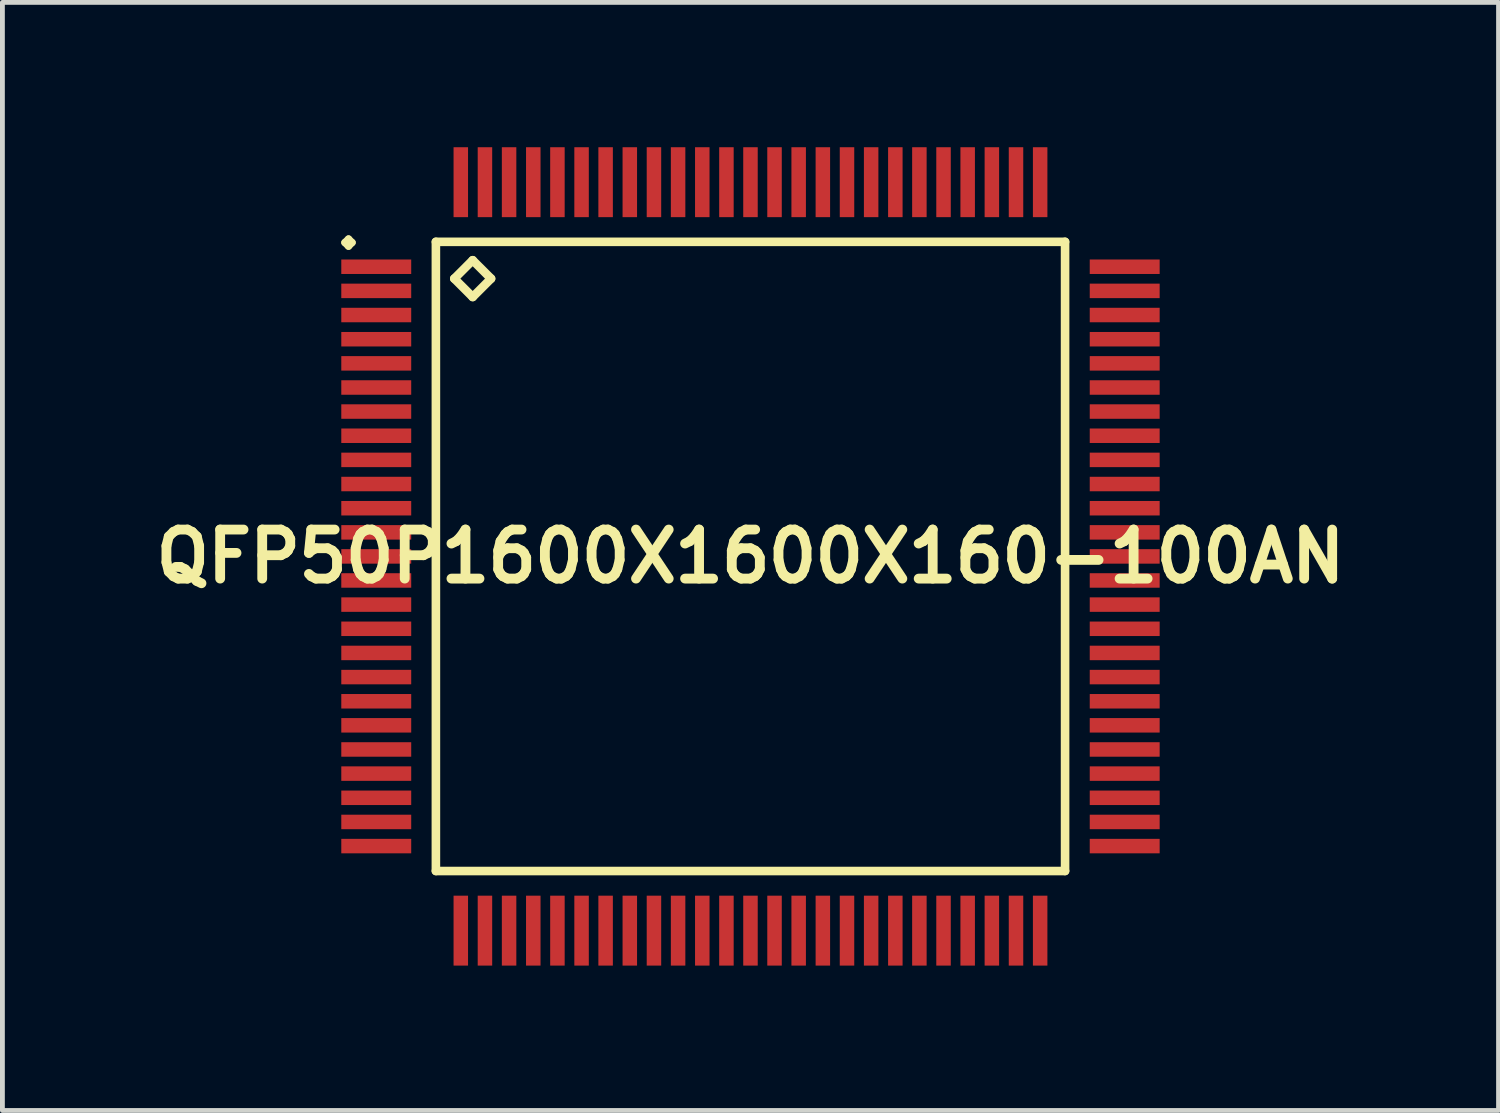
<source format=kicad_pcb>
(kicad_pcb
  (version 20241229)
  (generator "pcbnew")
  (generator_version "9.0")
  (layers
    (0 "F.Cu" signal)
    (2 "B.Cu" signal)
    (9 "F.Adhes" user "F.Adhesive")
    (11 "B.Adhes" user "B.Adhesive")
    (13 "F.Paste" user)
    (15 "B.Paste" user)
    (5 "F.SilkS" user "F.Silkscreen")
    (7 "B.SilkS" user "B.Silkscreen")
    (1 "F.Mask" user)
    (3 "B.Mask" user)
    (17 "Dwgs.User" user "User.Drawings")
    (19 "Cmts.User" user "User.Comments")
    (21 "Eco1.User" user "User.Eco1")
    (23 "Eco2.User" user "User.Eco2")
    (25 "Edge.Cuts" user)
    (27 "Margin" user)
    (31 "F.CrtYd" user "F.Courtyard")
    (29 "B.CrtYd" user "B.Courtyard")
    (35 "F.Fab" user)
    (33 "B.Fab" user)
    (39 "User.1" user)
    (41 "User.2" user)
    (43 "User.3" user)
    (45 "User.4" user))
  (footprint "QFP50P1600X1600X160-100AN"
    (layer "F.Cu")
    (at 12.492 8.473)
    (property "Reference" "QFP50P1600X1600X160-100AN" (at 0 0 0) (layer "F.SilkS") (effects (font (size 1.016 1.016) (thickness 0.203))))
    (attr smd)
    (fp_line (start -8.4 -6.5) (end -8.324 -6.574) (stroke (width 0.15) (type solid)) (layer "F.SilkS"))
    (fp_line (start -8.324 -6.574) (end -8.25 -6.5) (stroke (width 0.15) (type solid)) (layer "F.SilkS"))
    (fp_line (start -8.324 -6.424) (end -8.4 -6.5) (stroke (width 0.15) (type solid)) (layer "F.SilkS"))
    (fp_line (start -8.25 -6.5) (end -8.324 -6.424) (stroke (width 0.15) (type solid)) (layer "F.SilkS"))
    (fp_line (start -6.515 -6.515) (end -6.515 6.515) (stroke (width 0.178) (type solid)) (layer "F.SilkS"))
    (fp_line (start -6.515 6.515) (end 6.515 6.515) (stroke (width 0.178) (type solid)) (layer "F.SilkS"))
    (fp_line (start -6.134 -5.753) (end -5.753 -6.134) (stroke (width 0.178) (type solid)) (layer "F.SilkS"))
    (fp_line (start -5.753 -6.134) (end -5.372 -5.753) (stroke (width 0.178) (type solid)) (layer "F.SilkS"))
    (fp_line (start -5.753 -5.372) (end -6.134 -5.753) (stroke (width 0.178) (type solid)) (layer "F.SilkS"))
    (fp_line (start -5.372 -5.753) (end -5.753 -5.372) (stroke (width 0.178) (type solid)) (layer "F.SilkS"))
    (fp_line (start 6.515 -6.515) (end -6.515 -6.515) (stroke (width 0.178) (type solid)) (layer "F.SilkS"))
    (fp_line (start 6.515 6.515) (end 6.515 -6.515) (stroke (width 0.178) (type solid)) (layer "F.SilkS"))
    (pad "1" smd rect (at -7.75 -5.999) (size 1.448 0.3) (layers "F.Cu" "F.Mask" "F.Paste"))
    (pad "2" smd rect (at -7.75 -5.499) (size 1.448 0.3) (layers "F.Cu" "F.Mask" "F.Paste"))
    (pad "3" smd rect (at -7.75 -4.999) (size 1.448 0.3) (layers "F.Cu" "F.Mask" "F.Paste"))
    (pad "4" smd rect (at -7.75 -4.498) (size 1.448 0.3) (layers "F.Cu" "F.Mask" "F.Paste"))
    (pad "5" smd rect (at -7.75 -3.998) (size 1.448 0.3) (layers "F.Cu" "F.Mask" "F.Paste"))
    (pad "6" smd rect (at -7.75 -3.498) (size 1.448 0.3) (layers "F.Cu" "F.Mask" "F.Paste"))
    (pad "7" smd rect (at -7.75 -3) (size 1.448 0.3) (layers "F.Cu" "F.Mask" "F.Paste"))
    (pad "8" smd rect (at -7.75 -2.499) (size 1.448 0.3) (layers "F.Cu" "F.Mask" "F.Paste"))
    (pad "9" smd rect (at -7.75 -1.999) (size 1.448 0.3) (layers "F.Cu" "F.Mask" "F.Paste"))
    (pad "10" smd rect (at -7.75 -1.499) (size 1.448 0.3) (layers "F.Cu" "F.Mask" "F.Paste"))
    (pad "11" smd rect (at -7.75 -0.998) (size 1.448 0.3) (layers "F.Cu" "F.Mask" "F.Paste"))
    (pad "12" smd rect (at -7.75 -0.498) (size 1.448 0.3) (layers "F.Cu" "F.Mask" "F.Paste"))
    (pad "13" smd rect (at -7.75 0) (size 1.448 0.3) (layers "F.Cu" "F.Mask" "F.Paste"))
    (pad "14" smd rect (at -7.75 0.498) (size 1.448 0.3) (layers "F.Cu" "F.Mask" "F.Paste"))
    (pad "15" smd rect (at -7.75 0.998) (size 1.448 0.3) (layers "F.Cu" "F.Mask" "F.Paste"))
    (pad "16" smd rect (at -7.75 1.499) (size 1.448 0.3) (layers "F.Cu" "F.Mask" "F.Paste"))
    (pad "17" smd rect (at -7.75 1.999) (size 1.448 0.3) (layers "F.Cu" "F.Mask" "F.Paste"))
    (pad "18" smd rect (at -7.75 2.499) (size 1.448 0.3) (layers "F.Cu" "F.Mask" "F.Paste"))
    (pad "19" smd rect (at -7.75 3) (size 1.448 0.3) (layers "F.Cu" "F.Mask" "F.Paste"))
    (pad "20" smd rect (at -7.75 3.498) (size 1.448 0.3) (layers "F.Cu" "F.Mask" "F.Paste"))
    (pad "21" smd rect (at -7.75 3.998) (size 1.448 0.3) (layers "F.Cu" "F.Mask" "F.Paste"))
    (pad "22" smd rect (at -7.75 4.498) (size 1.448 0.3) (layers "F.Cu" "F.Mask" "F.Paste"))
    (pad "23" smd rect (at -7.75 4.999) (size 1.448 0.3) (layers "F.Cu" "F.Mask" "F.Paste"))
    (pad "24" smd rect (at -7.75 5.499) (size 1.448 0.3) (layers "F.Cu" "F.Mask" "F.Paste"))
    (pad "25" smd rect (at -7.75 5.999) (size 1.448 0.3) (layers "F.Cu" "F.Mask" "F.Paste"))
    (pad "26" smd rect (at -5.999 7.75) (size 0.3 1.448) (layers "F.Cu" "F.Mask" "F.Paste"))
    (pad "27" smd rect (at -5.499 7.75) (size 0.3 1.448) (layers "F.Cu" "F.Mask" "F.Paste"))
    (pad "28" smd rect (at -4.999 7.75) (size 0.3 1.448) (layers "F.Cu" "F.Mask" "F.Paste"))
    (pad "29" smd rect (at -4.498 7.75) (size 0.3 1.448) (layers "F.Cu" "F.Mask" "F.Paste"))
    (pad "30" smd rect (at -3.998 7.75) (size 0.3 1.448) (layers "F.Cu" "F.Mask" "F.Paste"))
    (pad "31" smd rect (at -3.498 7.75) (size 0.3 1.448) (layers "F.Cu" "F.Mask" "F.Paste"))
    (pad "32" smd rect (at -3 7.75) (size 0.3 1.448) (layers "F.Cu" "F.Mask" "F.Paste"))
    (pad "33" smd rect (at -2.499 7.75) (size 0.3 1.448) (layers "F.Cu" "F.Mask" "F.Paste"))
    (pad "34" smd rect (at -1.999 7.75) (size 0.3 1.448) (layers "F.Cu" "F.Mask" "F.Paste"))
    (pad "35" smd rect (at -1.499 7.75) (size 0.3 1.448) (layers "F.Cu" "F.Mask" "F.Paste"))
    (pad "36" smd rect (at -0.998 7.75) (size 0.3 1.448) (layers "F.Cu" "F.Mask" "F.Paste"))
    (pad "37" smd rect (at -0.498 7.75) (size 0.3 1.448) (layers "F.Cu" "F.Mask" "F.Paste"))
    (pad "38" smd rect (at 0 7.75) (size 0.3 1.448) (layers "F.Cu" "F.Mask" "F.Paste"))
    (pad "39" smd rect (at 0.498 7.75) (size 0.3 1.448) (layers "F.Cu" "F.Mask" "F.Paste"))
    (pad "40" smd rect (at 0.998 7.75) (size 0.3 1.448) (layers "F.Cu" "F.Mask" "F.Paste"))
    (pad "41" smd rect (at 1.499 7.75) (size 0.3 1.448) (layers "F.Cu" "F.Mask" "F.Paste"))
    (pad "42" smd rect (at 1.999 7.75) (size 0.3 1.448) (layers "F.Cu" "F.Mask" "F.Paste"))
    (pad "43" smd rect (at 2.499 7.75) (size 0.3 1.448) (layers "F.Cu" "F.Mask" "F.Paste"))
    (pad "44" smd rect (at 3 7.75) (size 0.3 1.448) (layers "F.Cu" "F.Mask" "F.Paste"))
    (pad "45" smd rect (at 3.498 7.75) (size 0.3 1.448) (layers "F.Cu" "F.Mask" "F.Paste"))
    (pad "46" smd rect (at 3.998 7.75) (size 0.3 1.448) (layers "F.Cu" "F.Mask" "F.Paste"))
    (pad "47" smd rect (at 4.498 7.75) (size 0.3 1.448) (layers "F.Cu" "F.Mask" "F.Paste"))
    (pad "48" smd rect (at 4.999 7.75) (size 0.3 1.448) (layers "F.Cu" "F.Mask" "F.Paste"))
    (pad "49" smd rect (at 5.499 7.75) (size 0.3 1.448) (layers "F.Cu" "F.Mask" "F.Paste"))
    (pad "50" smd rect (at 5.999 7.75) (size 0.3 1.448) (layers "F.Cu" "F.Mask" "F.Paste"))
    (pad "51" smd rect (at 7.75 5.999) (size 1.448 0.3) (layers "F.Cu" "F.Mask" "F.Paste"))
    (pad "52" smd rect (at 7.75 5.499) (size 1.448 0.3) (layers "F.Cu" "F.Mask" "F.Paste"))
    (pad "53" smd rect (at 7.75 4.999) (size 1.448 0.3) (layers "F.Cu" "F.Mask" "F.Paste"))
    (pad "54" smd rect (at 7.75 4.498) (size 1.448 0.3) (layers "F.Cu" "F.Mask" "F.Paste"))
    (pad "55" smd rect (at 7.75 3.998) (size 1.448 0.3) (layers "F.Cu" "F.Mask" "F.Paste"))
    (pad "56" smd rect (at 7.75 3.498) (size 1.448 0.3) (layers "F.Cu" "F.Mask" "F.Paste"))
    (pad "57" smd rect (at 7.75 3) (size 1.448 0.3) (layers "F.Cu" "F.Mask" "F.Paste"))
    (pad "58" smd rect (at 7.75 2.499) (size 1.448 0.3) (layers "F.Cu" "F.Mask" "F.Paste"))
    (pad "59" smd rect (at 7.75 1.999) (size 1.448 0.3) (layers "F.Cu" "F.Mask" "F.Paste"))
    (pad "60" smd rect (at 7.75 1.499) (size 1.448 0.3) (layers "F.Cu" "F.Mask" "F.Paste"))
    (pad "61" smd rect (at 7.75 0.998) (size 1.448 0.3) (layers "F.Cu" "F.Mask" "F.Paste"))
    (pad "62" smd rect (at 7.75 0.498) (size 1.448 0.3) (layers "F.Cu" "F.Mask" "F.Paste"))
    (pad "63" smd rect (at 7.75 0) (size 1.448 0.3) (layers "F.Cu" "F.Mask" "F.Paste"))
    (pad "64" smd rect (at 7.75 -0.498) (size 1.448 0.3) (layers "F.Cu" "F.Mask" "F.Paste"))
    (pad "65" smd rect (at 7.75 -0.998) (size 1.448 0.3) (layers "F.Cu" "F.Mask" "F.Paste"))
    (pad "66" smd rect (at 7.75 -1.499) (size 1.448 0.3) (layers "F.Cu" "F.Mask" "F.Paste"))
    (pad "67" smd rect (at 7.75 -1.999) (size 1.448 0.3) (layers "F.Cu" "F.Mask" "F.Paste"))
    (pad "68" smd rect (at 7.75 -2.499) (size 1.448 0.3) (layers "F.Cu" "F.Mask" "F.Paste"))
    (pad "69" smd rect (at 7.75 -3) (size 1.448 0.3) (layers "F.Cu" "F.Mask" "F.Paste"))
    (pad "70" smd rect (at 7.75 -3.498) (size 1.448 0.3) (layers "F.Cu" "F.Mask" "F.Paste"))
    (pad "71" smd rect (at 7.75 -3.998) (size 1.448 0.3) (layers "F.Cu" "F.Mask" "F.Paste"))
    (pad "72" smd rect (at 7.75 -4.498) (size 1.448 0.3) (layers "F.Cu" "F.Mask" "F.Paste"))
    (pad "73" smd rect (at 7.75 -4.999) (size 1.448 0.3) (layers "F.Cu" "F.Mask" "F.Paste"))
    (pad "74" smd rect (at 7.75 -5.499) (size 1.448 0.3) (layers "F.Cu" "F.Mask" "F.Paste"))
    (pad "75" smd rect (at 7.75 -5.999) (size 1.448 0.3) (layers "F.Cu" "F.Mask" "F.Paste"))
    (pad "76" smd rect (at 5.999 -7.75) (size 0.3 1.448) (layers "F.Cu" "F.Mask" "F.Paste"))
    (pad "77" smd rect (at 5.499 -7.75) (size 0.3 1.448) (layers "F.Cu" "F.Mask" "F.Paste"))
    (pad "78" smd rect (at 4.999 -7.75) (size 0.3 1.448) (layers "F.Cu" "F.Mask" "F.Paste"))
    (pad "79" smd rect (at 4.498 -7.75) (size 0.3 1.448) (layers "F.Cu" "F.Mask" "F.Paste"))
    (pad "80" smd rect (at 3.998 -7.75) (size 0.3 1.448) (layers "F.Cu" "F.Mask" "F.Paste"))
    (pad "81" smd rect (at 3.498 -7.75) (size 0.3 1.448) (layers "F.Cu" "F.Mask" "F.Paste"))
    (pad "82" smd rect (at 3 -7.75) (size 0.3 1.448) (layers "F.Cu" "F.Mask" "F.Paste"))
    (pad "83" smd rect (at 2.499 -7.75) (size 0.3 1.448) (layers "F.Cu" "F.Mask" "F.Paste"))
    (pad "84" smd rect (at 1.999 -7.75) (size 0.3 1.448) (layers "F.Cu" "F.Mask" "F.Paste"))
    (pad "85" smd rect (at 1.499 -7.75) (size 0.3 1.448) (layers "F.Cu" "F.Mask" "F.Paste"))
    (pad "86" smd rect (at 0.998 -7.75) (size 0.3 1.448) (layers "F.Cu" "F.Mask" "F.Paste"))
    (pad "87" smd rect (at 0.498 -7.75) (size 0.3 1.448) (layers "F.Cu" "F.Mask" "F.Paste"))
    (pad "88" smd rect (at 0 -7.75) (size 0.3 1.448) (layers "F.Cu" "F.Mask" "F.Paste"))
    (pad "89" smd rect (at -0.498 -7.75) (size 0.3 1.448) (layers "F.Cu" "F.Mask" "F.Paste"))
    (pad "90" smd rect (at -0.998 -7.75) (size 0.3 1.448) (layers "F.Cu" "F.Mask" "F.Paste"))
    (pad "91" smd rect (at -1.499 -7.75) (size 0.3 1.448) (layers "F.Cu" "F.Mask" "F.Paste"))
    (pad "92" smd rect (at -1.999 -7.75) (size 0.3 1.448) (layers "F.Cu" "F.Mask" "F.Paste"))
    (pad "93" smd rect (at -2.499 -7.75) (size 0.3 1.448) (layers "F.Cu" "F.Mask" "F.Paste"))
    (pad "94" smd rect (at -3 -7.75) (size 0.3 1.448) (layers "F.Cu" "F.Mask" "F.Paste"))
    (pad "95" smd rect (at -3.498 -7.75) (size 0.3 1.448) (layers "F.Cu" "F.Mask" "F.Paste"))
    (pad "96" smd rect (at -3.998 -7.75) (size 0.3 1.448) (layers "F.Cu" "F.Mask" "F.Paste"))
    (pad "97" smd rect (at -4.498 -7.75) (size 0.3 1.448) (layers "F.Cu" "F.Mask" "F.Paste"))
    (pad "98" smd rect (at -4.999 -7.75) (size 0.3 1.448) (layers "F.Cu" "F.Mask" "F.Paste"))
    (pad "99" smd rect (at -5.499 -7.75) (size 0.3 1.448) (layers "F.Cu" "F.Mask" "F.Paste"))
    (pad "100" smd rect (at -5.999 -7.75) (size 0.3 1.448) (layers "F.Cu" "F.Mask" "F.Paste")))
  (gr_rect
    (start -3 -3)
    (end 27.984 19.947)
    (stroke (width 0.1) (type default))
    (fill no)
    (layer "Edge.Cuts")))
</source>
